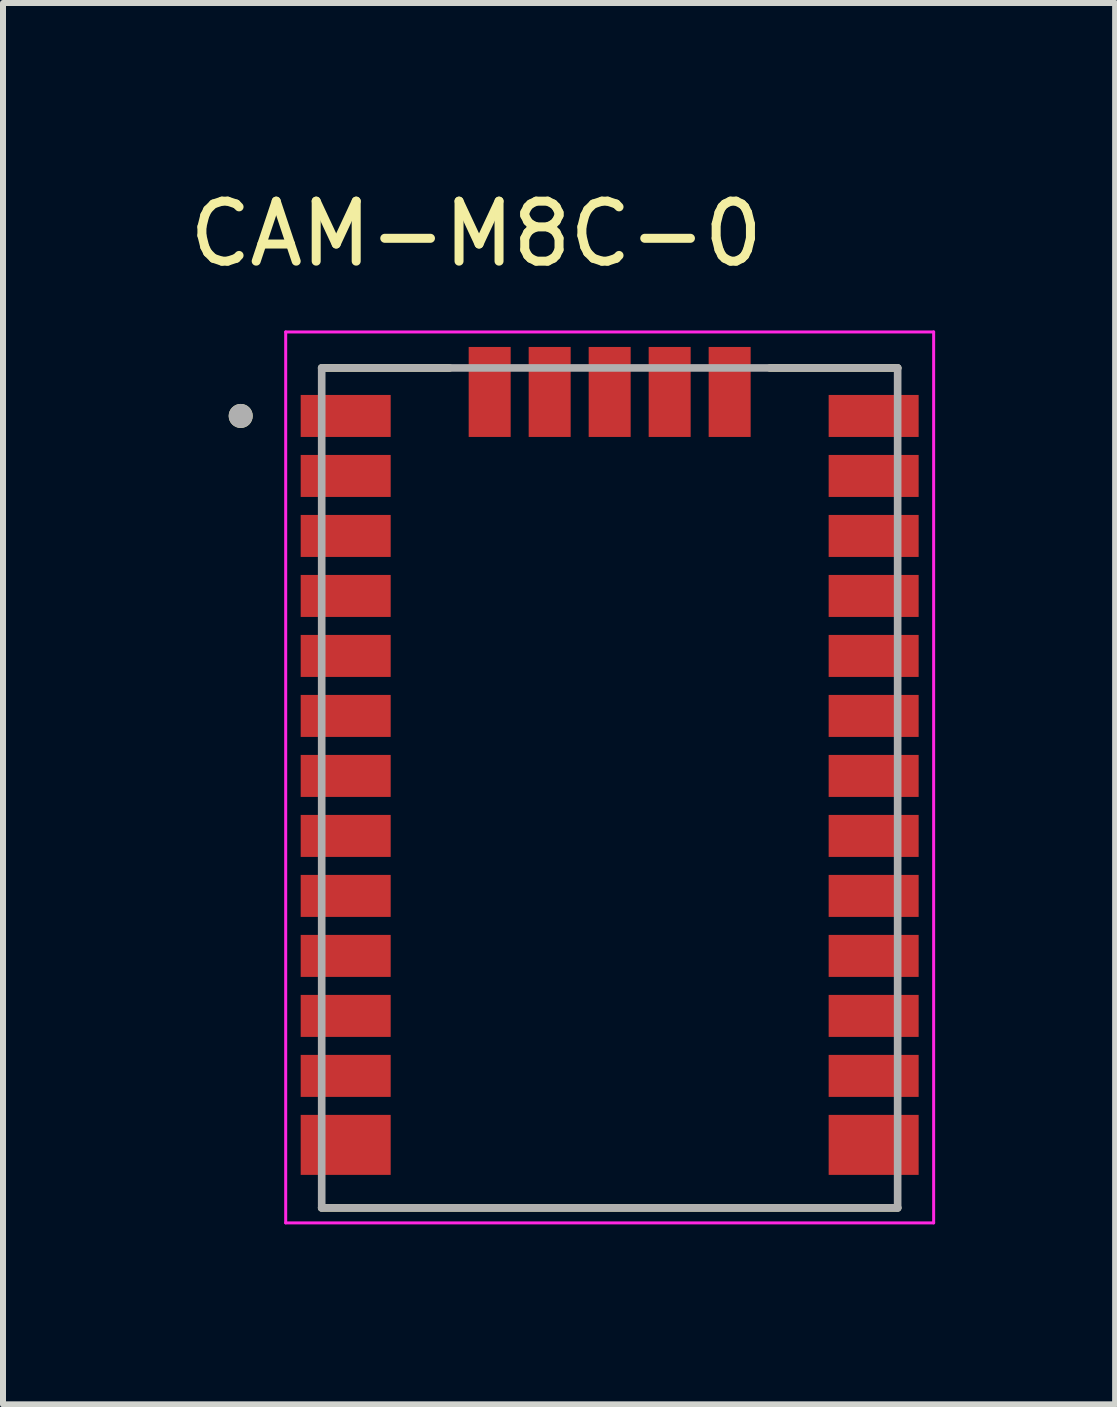
<source format=kicad_pcb>
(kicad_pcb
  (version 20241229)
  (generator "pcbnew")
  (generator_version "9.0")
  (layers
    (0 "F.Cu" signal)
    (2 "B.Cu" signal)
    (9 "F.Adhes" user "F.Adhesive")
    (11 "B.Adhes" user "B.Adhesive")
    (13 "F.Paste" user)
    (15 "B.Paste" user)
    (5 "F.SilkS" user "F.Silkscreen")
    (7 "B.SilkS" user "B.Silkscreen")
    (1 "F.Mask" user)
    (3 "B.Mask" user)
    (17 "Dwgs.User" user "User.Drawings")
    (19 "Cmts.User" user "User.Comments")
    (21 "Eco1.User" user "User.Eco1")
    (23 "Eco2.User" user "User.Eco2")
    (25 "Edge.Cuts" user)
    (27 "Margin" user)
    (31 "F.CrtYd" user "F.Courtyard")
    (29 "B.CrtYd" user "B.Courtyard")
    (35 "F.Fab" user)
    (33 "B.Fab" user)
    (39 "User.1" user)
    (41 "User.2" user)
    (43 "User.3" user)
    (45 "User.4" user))
  (footprint "CAM-M8C-0"
    (layer "F.Cu")
    (at 7.112 10.083)
    (property "Reference" "CAM-M8C-0" (at -2.225 -9.235 0) (layer "F.SilkS") (effects (font (size 1 1) (thickness 0.15))))
    (attr smd)
    (fp_line (start -4.8 -7) (end -2.67 -7) (stroke (width 0.127) (type solid)) (layer "F.SilkS"))
    (fp_line (start 2.67 -7) (end 4.8 -7) (stroke (width 0.127) (type solid)) (layer "F.SilkS"))
    (fp_line (start 4.8 7) (end -4.8 7) (stroke (width 0.127) (type solid)) (layer "F.SilkS"))
    (fp_circle (center -6.15 -6.2) (end -6.05 -6.2) (stroke (width 0.2) (type solid)) (fill no) (layer "F.SilkS"))
    (fp_line (start -5.4 -7.6) (end -5.4 7.25) (stroke (width 0.05) (type solid)) (layer "F.CrtYd"))
    (fp_line (start -5.4 7.25) (end 5.4 7.25) (stroke (width 0.05) (type solid)) (layer "F.CrtYd"))
    (fp_line (start 5.4 -7.6) (end -5.4 -7.6) (stroke (width 0.05) (type solid)) (layer "F.CrtYd"))
    (fp_line (start 5.4 7.25) (end 5.4 -7.6) (stroke (width 0.05) (type solid)) (layer "F.CrtYd"))
    (fp_line (start -4.8 -7) (end 4.8 -7) (stroke (width 0.127) (type solid)) (layer "F.Fab"))
    (fp_line (start -4.8 7) (end -4.8 -7) (stroke (width 0.127) (type solid)) (layer "F.Fab"))
    (fp_line (start 4.8 -7) (end 4.8 7) (stroke (width 0.127) (type solid)) (layer "F.Fab"))
    (fp_line (start 4.8 7) (end -4.8 7) (stroke (width 0.127) (type solid)) (layer "F.Fab"))
    (fp_circle (center -6.15 -6.2) (end -6.05 -6.2) (stroke (width 0.2) (type solid)) (fill no) (layer "F.Fab"))
    (pad "1" smd rect (at -4.4 -6.2) (size 1.5 0.7) (layers "F.Cu" "F.Mask" "F.Paste"))
    (pad "2" smd rect (at -4.4 -5.2) (size 1.5 0.7) (layers "F.Cu" "F.Mask" "F.Paste"))
    (pad "3" smd rect (at -4.4 -4.2) (size 1.5 0.7) (layers "F.Cu" "F.Mask" "F.Paste"))
    (pad "4" smd rect (at -4.4 -3.2) (size 1.5 0.7) (layers "F.Cu" "F.Mask" "F.Paste"))
    (pad "5" smd rect (at -4.4 -2.2) (size 1.5 0.7) (layers "F.Cu" "F.Mask" "F.Paste"))
    (pad "6" smd rect (at -4.4 -1.2) (size 1.5 0.7) (layers "F.Cu" "F.Mask" "F.Paste"))
    (pad "7" smd rect (at -4.4 -0.2) (size 1.5 0.7) (layers "F.Cu" "F.Mask" "F.Paste"))
    (pad "8" smd rect (at -4.4 0.8) (size 1.5 0.7) (layers "F.Cu" "F.Mask" "F.Paste"))
    (pad "9" smd rect (at -4.4 1.8) (size 1.5 0.7) (layers "F.Cu" "F.Mask" "F.Paste"))
    (pad "10" smd rect (at -4.4 2.8) (size 1.5 0.7) (layers "F.Cu" "F.Mask" "F.Paste"))
    (pad "11" smd rect (at -4.4 3.8) (size 1.5 0.7) (layers "F.Cu" "F.Mask" "F.Paste"))
    (pad "12" smd rect (at -4.4 4.8) (size 1.5 0.7) (layers "F.Cu" "F.Mask" "F.Paste"))
    (pad "13" smd rect (at -4.4 5.95) (size 1.5 1) (layers "F.Cu" "F.Mask" "F.Paste"))
    (pad "14" smd rect (at 4.4 5.95) (size 1.5 1) (layers "F.Cu" "F.Mask" "F.Paste"))
    (pad "15" smd rect (at 4.4 4.8) (size 1.5 0.7) (layers "F.Cu" "F.Mask" "F.Paste"))
    (pad "16" smd rect (at 4.4 3.8) (size 1.5 0.7) (layers "F.Cu" "F.Mask" "F.Paste"))
    (pad "17" smd rect (at 4.4 2.8) (size 1.5 0.7) (layers "F.Cu" "F.Mask" "F.Paste"))
    (pad "18" smd rect (at 4.4 1.8) (size 1.5 0.7) (layers "F.Cu" "F.Mask" "F.Paste"))
    (pad "19" smd rect (at 4.4 0.8) (size 1.5 0.7) (layers "F.Cu" "F.Mask" "F.Paste"))
    (pad "20" smd rect (at 4.4 -0.2) (size 1.5 0.7) (layers "F.Cu" "F.Mask" "F.Paste"))
    (pad "21" smd rect (at 4.4 -1.2) (size 1.5 0.7) (layers "F.Cu" "F.Mask" "F.Paste"))
    (pad "22" smd rect (at 4.4 -2.2) (size 1.5 0.7) (layers "F.Cu" "F.Mask" "F.Paste"))
    (pad "23" smd rect (at 4.4 -3.2) (size 1.5 0.7) (layers "F.Cu" "F.Mask" "F.Paste"))
    (pad "24" smd rect (at 4.4 -4.2) (size 1.5 0.7) (layers "F.Cu" "F.Mask" "F.Paste"))
    (pad "25" smd rect (at 4.4 -5.2) (size 1.5 0.7) (layers "F.Cu" "F.Mask" "F.Paste"))
    (pad "26" smd rect (at 4.4 -6.2) (size 1.5 0.7) (layers "F.Cu" "F.Mask" "F.Paste"))
    (pad "27" smd rect (at 2 -6.6) (size 0.7 1.5) (layers "F.Cu" "F.Mask" "F.Paste"))
    (pad "28" smd rect (at 1 -6.6) (size 0.7 1.5) (layers "F.Cu" "F.Mask" "F.Paste"))
    (pad "29" smd rect (at 0 -6.6) (size 0.7 1.5) (layers "F.Cu" "F.Mask" "F.Paste"))
    (pad "30" smd rect (at -1 -6.6) (size 0.7 1.5) (layers "F.Cu" "F.Mask" "F.Paste"))
    (pad "31" smd rect (at -2 -6.6) (size 0.7 1.5) (layers "F.Cu" "F.Mask" "F.Paste"))
    (zone (net_name "") (layer "F.Cu") (hatch full 0.508) (connect_pads) (min_thickness 0.01) (filled_areas_thickness no) (keepout (tracks not_allowed) (vias not_allowed) (pads not_allowed) (copperpour not_allowed) (footprints allowed)) (placement (enabled no)) (fill) (polygon (pts (xy 3.512 12.283) (xy 10.712 12.283) (xy 10.712 17.083) (xy 3.512 17.083))))
    (zone (net_name "") (layers "F.Cu" "B.Cu") (hatch full 0.508) (connect_pads) (min_thickness 0.01) (filled_areas_thickness no) (keepout (tracks allowed) (vias not_allowed) (pads allowed) (copperpour allowed) (footprints allowed)) (placement (enabled no)) (fill) (polygon (pts (xy 3.512 12.283) (xy 10.712 12.283) (xy 10.712 17.083) (xy 3.512 17.083))))
    (zone (net_name "") (layer "B.Cu") (hatch full 0.508) (connect_pads) (min_thickness 0.01) (filled_areas_thickness no) (keepout (tracks not_allowed) (vias not_allowed) (pads not_allowed) (copperpour not_allowed) (footprints allowed)) (placement (enabled no)) (fill) (polygon (pts (xy 3.512 12.283) (xy 10.712 12.283) (xy 10.712 17.083) (xy 3.512 17.083)))))
  (gr_rect
    (start -3 -3)
    (end 15.537 20.358)
    (stroke (width 0.1) (type default))
    (fill no)
    (layer "Edge.Cuts")))
</source>
